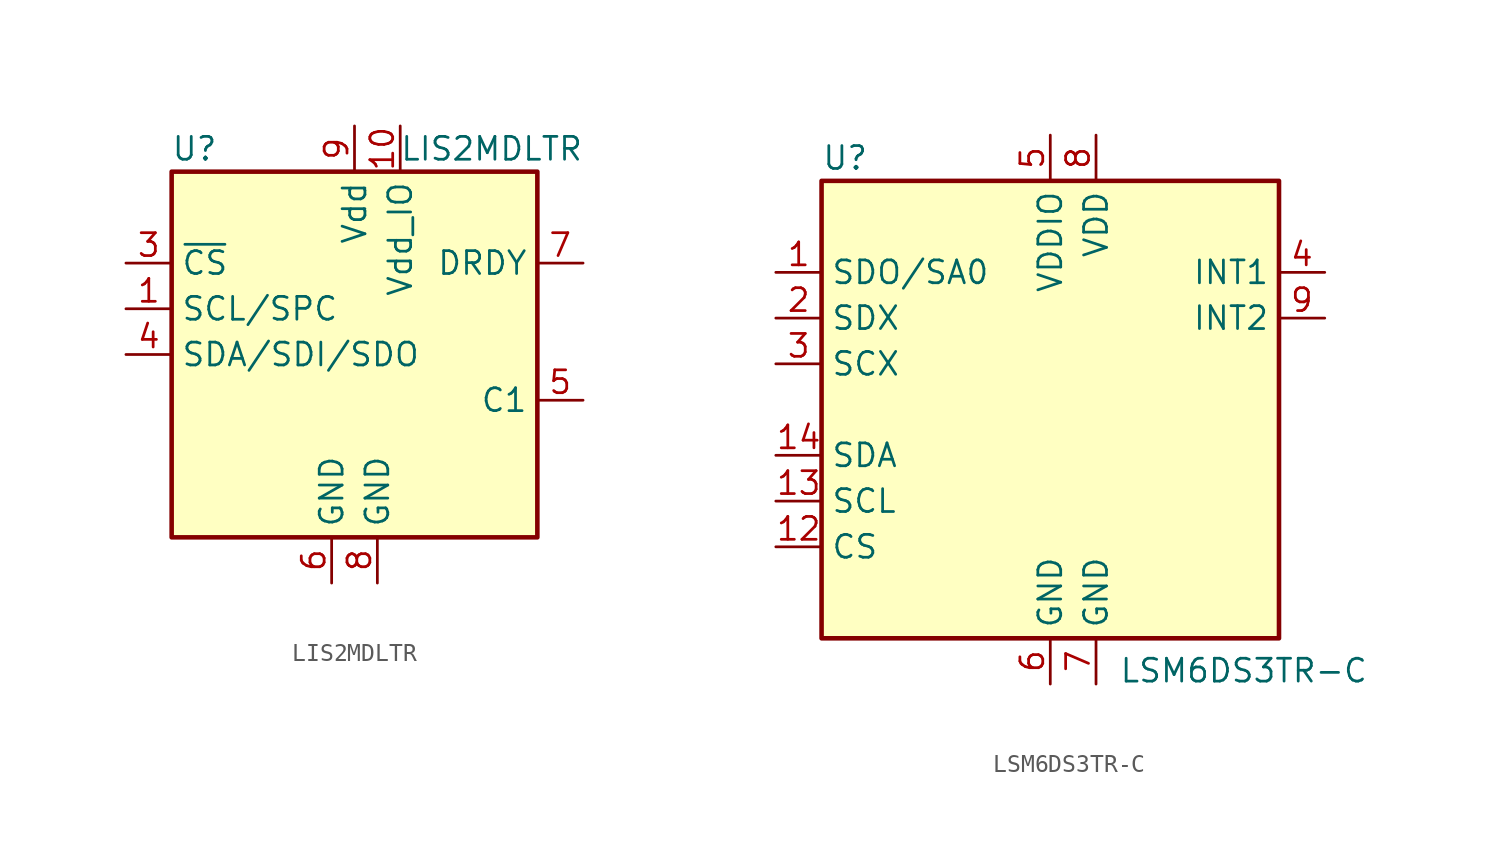
<source format=kicad_sym>
(kicad_symbol_lib
  (version 20220914)
  (generator kicad_symbol_editor)
  (symbol "LIS2MDLTR"
    (property "Reference" "U"
      (at -8.89 11.43 0)
      (effects (font (size 1.27 1.27))))
    (property "Value" "LIS2MDLTR"
      (at 7.62 11.43 0)
      (effects (font (size 1.27 1.27))))
    (symbol "LIS2MDLTR_0_1"
      (rectangle (start -10.16 10.16) (end 10.16 -10.16) (stroke (width 0.254) (type default)) (fill (type background))))
    (symbol "LIS2MDLTR_1_1"
      (pin input line (at -12.7 2.54 0) (length 2.54) (name "SCL/SPC" (effects (font (size 1.27 1.27)))) (number "1" (effects (font (size 1.27 1.27)))))
      (pin power_in line (at 2.54 12.7 270) (length 2.54) (name "Vdd_IO" (effects (font (size 1.27 1.27)))) (number "10" (effects (font (size 1.27 1.27)))))
      (pin no_connect line (at -10.16 -7.62 0) (length 2.54) hide (name "NC" (effects (font (size 1.27 1.27)))) (number "11" (effects (font (size 1.27 1.27)))))
      (pin no_connect line (at 10.16 -7.62 180) (length 2.54) hide (name "NC" (effects (font (size 1.27 1.27)))) (number "12" (effects (font (size 1.27 1.27)))))
      (pin no_connect line (at -10.16 -5.08 0) (length 2.54) hide (name "NC" (effects (font (size 1.27 1.27)))) (number "2" (effects (font (size 1.27 1.27)))))
      (pin input line (at -12.7 5.08 0) (length 2.54) (name "~{CS}" (effects (font (size 1.27 1.27)))) (number "3" (effects (font (size 1.27 1.27)))))
      (pin bidirectional line (at -12.7 0 0) (length 2.54) (name "SDA/SDI/SDO" (effects (font (size 1.27 1.27)))) (number "4" (effects (font (size 1.27 1.27)))))
      (pin power_out line (at 12.7 -2.54 180) (length 2.54) (name "C1" (effects (font (size 1.27 1.27)))) (number "5" (effects (font (size 1.27 1.27)))))
      (pin power_in line (at -1.27 -12.7 90) (length 2.54) (name "GND" (effects (font (size 1.27 1.27)))) (number "6" (effects (font (size 1.27 1.27)))))
      (pin output line (at 12.7 5.08 180) (length 2.54) (name "DRDY" (effects (font (size 1.27 1.27)))) (number "7" (effects (font (size 1.27 1.27)))) (alternate "INT" output line) (alternate "SDO" output line))
      (pin passive line (at 1.27 -12.7 90) (length 2.54) (name "GND" (effects (font (size 1.27 1.27)))) (number "8" (effects (font (size 1.27 1.27)))))
      (pin power_in line (at 0 12.7 270) (length 2.54) (name "Vdd" (effects (font (size 1.27 1.27)))) (number "9" (effects (font (size 1.27 1.27)))))))
  (symbol "LSM6DS3TR-C"
    (property "Reference" "U"
      (at -12.7 13.97 0)
      (effects (font (size 1.27 1.27)) (justify left)))
    (property "Value" "LSM6DS3TR-C"
      (at 3.81 -15.24 0)
      (effects (font (size 1.27 1.27)) (justify left bottom)))
    (symbol "LSM6DS3TR-C_0_1"
      (rectangle (start -12.7 12.7) (end 12.7 -12.7) (stroke (width 0.254) (type default)) (fill (type background))))
    (symbol "LSM6DS3TR-C_1_1"
      (pin bidirectional line (at -15.24 7.62 0) (length 2.54) (name "SDO/SA0" (effects (font (size 1.27 1.27)))) (number "1" (effects (font (size 1.27 1.27)))))
      (pin no_connect line (at 12.7 -5.08 180) (length 3.81) hide (name "NC" (effects (font (size 1.27 1.27)))) (number "10" (effects (font (size 1.27 1.27)))))
      (pin no_connect line (at 12.7 -2.54 180) (length 3.81) hide (name "NC" (effects (font (size 1.27 1.27)))) (number "11" (effects (font (size 1.27 1.27)))))
      (pin input line (at -15.24 -7.62 0) (length 2.54) (name "CS" (effects (font (size 1.27 1.27)))) (number "12" (effects (font (size 1.27 1.27)))))
      (pin input line (at -15.24 -5.08 0) (length 2.54) (name "SCL" (effects (font (size 1.27 1.27)))) (number "13" (effects (font (size 1.27 1.27)))))
      (pin bidirectional line (at -15.24 -2.54 0) (length 2.54) (name "SDA" (effects (font (size 1.27 1.27)))) (number "14" (effects (font (size 1.27 1.27)))))
      (pin bidirectional line (at -15.24 5.08 0) (length 2.54) (name "SDX" (effects (font (size 1.27 1.27)))) (number "2" (effects (font (size 1.27 1.27)))))
      (pin input line (at -15.24 2.54 0) (length 2.54) (name "SCX" (effects (font (size 1.27 1.27)))) (number "3" (effects (font (size 1.27 1.27)))))
      (pin output line (at 15.24 7.62 180) (length 2.54) (name "INT1" (effects (font (size 1.27 1.27)))) (number "4" (effects (font (size 1.27 1.27)))))
      (pin power_in line (at 0 15.24 270) (length 2.54) (name "VDDIO" (effects (font (size 1.27 1.27)))) (number "5" (effects (font (size 1.27 1.27)))))
      (pin power_in line (at 0 -15.24 90) (length 2.54) (name "GND" (effects (font (size 1.27 1.27)))) (number "6" (effects (font (size 1.27 1.27)))))
      (pin power_in line (at 2.54 -15.24 90) (length 2.54) (name "GND" (effects (font (size 1.27 1.27)))) (number "7" (effects (font (size 1.27 1.27)))))
      (pin power_in line (at 2.54 15.24 270) (length 2.54) (name "VDD" (effects (font (size 1.27 1.27)))) (number "8" (effects (font (size 1.27 1.27)))))
      (pin output line (at 15.24 5.08 180) (length 2.54) (name "INT2" (effects (font (size 1.27 1.27)))) (number "9" (effects (font (size 1.27 1.27))))))))
</source>
